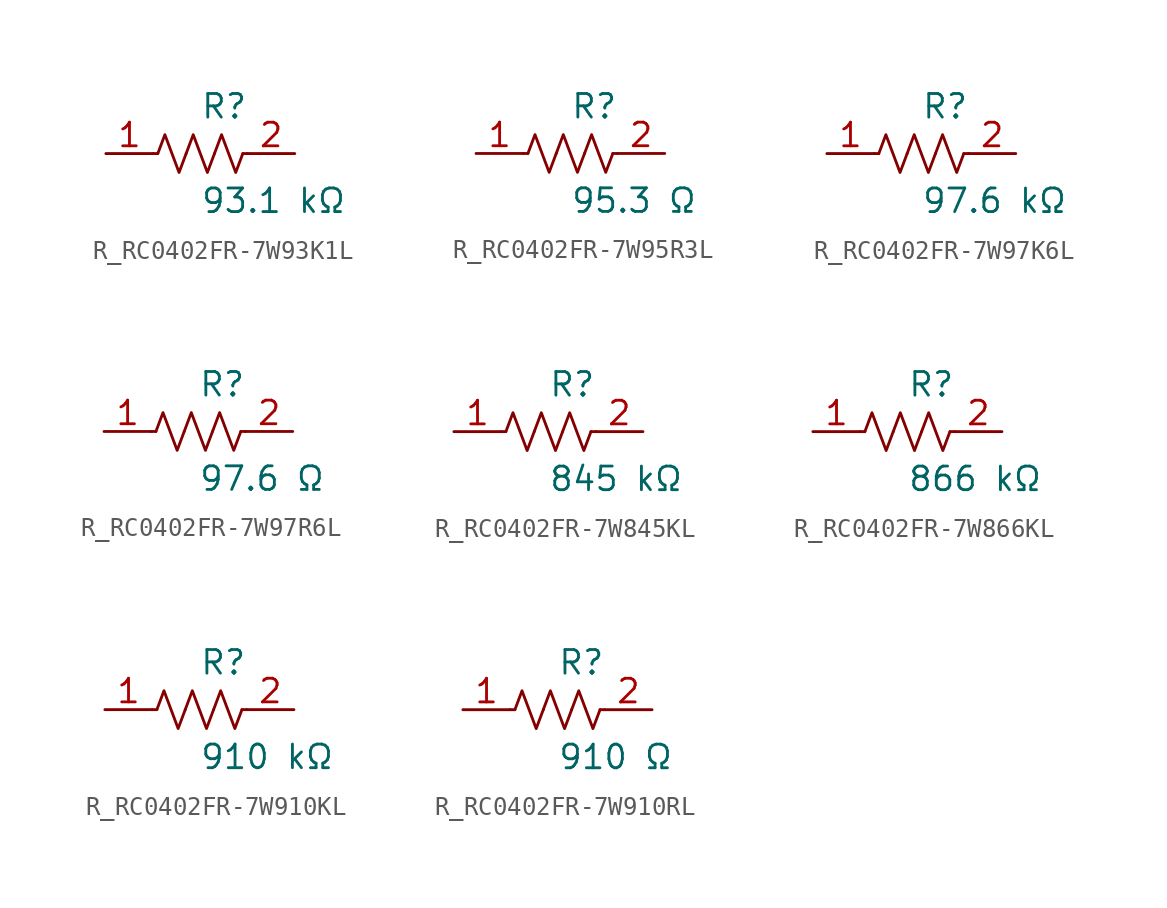
<source format=kicad_sym>
(kicad_symbol_lib
  (version 20231120)
  (generator kicad_symbol_editor)
  (generator_version 8.0)
  (symbol "R_RC0402FR-7W93K1L"
    (pin_names
      (offset 0.254))
    (property "Reference" "R"
      (at 0 2.54 0)
      (effects (font (size 1.27 1.27)) (justify left)))
    (property "Value" "93.1 kΩ"
      (at 0 -2.54 0)
      (effects (font (size 1.27 1.27)) (justify left)))
    (symbol "R_RC0402FR-7W93K1L_0_1"
      (polyline (pts (xy 2.286 0) (xy 2.54 0)) (stroke (width 0) (type default)) (fill (type none)))
      (polyline (pts (xy -2.286 0) (xy -2.54 0)) (stroke (width 0) (type default)) (fill (type none)))
      (polyline (pts (xy 0.762 0) (xy 1.143 1.016) (xy 1.524 0) (xy 1.905 -1.016) (xy 2.286 0)) (stroke (width 0) (type default)) (fill (type none)))
      (polyline (pts (xy -0.762 0) (xy -0.381 1.016) (xy 0 0) (xy 0.381 -1.016) (xy 0.762 0)) (stroke (width 0) (type default)) (fill (type none)))
      (polyline (pts (xy -2.286 0) (xy -1.905 1.016) (xy -1.524 0) (xy -1.143 -1.016) (xy -0.762 0)) (stroke (width 0) (type default)) (fill (type none))))
    (pin passive line
      (at -5.08 0 0)
      (length 2.54)
      (name "" (effects (font (size 1.27 1.27))))
      (number "1" (effects (font (size 1.27 1.27)))))
    (pin passive line
      (at 5.08 0 180)
      (length 2.54)
      (name "" (effects (font (size 1.27 1.27))))
      (number "2" (effects (font (size 1.27 1.27))))))
  (symbol "R_RC0402FR-7W95R3L"
    (pin_names
      (offset 0.254))
    (property "Reference" "R"
      (at 0 2.54 0)
      (effects (font (size 1.27 1.27)) (justify left)))
    (property "Value" "95.3 Ω"
      (at 0 -2.54 0)
      (effects (font (size 1.27 1.27)) (justify left)))
    (symbol "R_RC0402FR-7W95R3L_0_1"
      (polyline (pts (xy 2.286 0) (xy 2.54 0)) (stroke (width 0) (type default)) (fill (type none)))
      (polyline (pts (xy -2.286 0) (xy -2.54 0)) (stroke (width 0) (type default)) (fill (type none)))
      (polyline (pts (xy 0.762 0) (xy 1.143 1.016) (xy 1.524 0) (xy 1.905 -1.016) (xy 2.286 0)) (stroke (width 0) (type default)) (fill (type none)))
      (polyline (pts (xy -0.762 0) (xy -0.381 1.016) (xy 0 0) (xy 0.381 -1.016) (xy 0.762 0)) (stroke (width 0) (type default)) (fill (type none)))
      (polyline (pts (xy -2.286 0) (xy -1.905 1.016) (xy -1.524 0) (xy -1.143 -1.016) (xy -0.762 0)) (stroke (width 0) (type default)) (fill (type none))))
    (pin passive line
      (at -5.08 0 0)
      (length 2.54)
      (name "" (effects (font (size 1.27 1.27))))
      (number "1" (effects (font (size 1.27 1.27)))))
    (pin passive line
      (at 5.08 0 180)
      (length 2.54)
      (name "" (effects (font (size 1.27 1.27))))
      (number "2" (effects (font (size 1.27 1.27))))))
  (symbol "R_RC0402FR-7W97K6L"
    (pin_names
      (offset 0.254))
    (property "Reference" "R"
      (at 0 2.54 0)
      (effects (font (size 1.27 1.27)) (justify left)))
    (property "Value" "97.6 kΩ"
      (at 0 -2.54 0)
      (effects (font (size 1.27 1.27)) (justify left)))
    (symbol "R_RC0402FR-7W97K6L_0_1"
      (polyline (pts (xy 2.286 0) (xy 2.54 0)) (stroke (width 0) (type default)) (fill (type none)))
      (polyline (pts (xy -2.286 0) (xy -2.54 0)) (stroke (width 0) (type default)) (fill (type none)))
      (polyline (pts (xy 0.762 0) (xy 1.143 1.016) (xy 1.524 0) (xy 1.905 -1.016) (xy 2.286 0)) (stroke (width 0) (type default)) (fill (type none)))
      (polyline (pts (xy -0.762 0) (xy -0.381 1.016) (xy 0 0) (xy 0.381 -1.016) (xy 0.762 0)) (stroke (width 0) (type default)) (fill (type none)))
      (polyline (pts (xy -2.286 0) (xy -1.905 1.016) (xy -1.524 0) (xy -1.143 -1.016) (xy -0.762 0)) (stroke (width 0) (type default)) (fill (type none))))
    (pin passive line
      (at -5.08 0 0)
      (length 2.54)
      (name "" (effects (font (size 1.27 1.27))))
      (number "1" (effects (font (size 1.27 1.27)))))
    (pin passive line
      (at 5.08 0 180)
      (length 2.54)
      (name "" (effects (font (size 1.27 1.27))))
      (number "2" (effects (font (size 1.27 1.27))))))
  (symbol "R_RC0402FR-7W97R6L"
    (pin_names
      (offset 0.254))
    (property "Reference" "R"
      (at 0 2.54 0)
      (effects (font (size 1.27 1.27)) (justify left)))
    (property "Value" "97.6 Ω"
      (at 0 -2.54 0)
      (effects (font (size 1.27 1.27)) (justify left)))
    (symbol "R_RC0402FR-7W97R6L_0_1"
      (polyline (pts (xy 2.286 0) (xy 2.54 0)) (stroke (width 0) (type default)) (fill (type none)))
      (polyline (pts (xy -2.286 0) (xy -2.54 0)) (stroke (width 0) (type default)) (fill (type none)))
      (polyline (pts (xy 0.762 0) (xy 1.143 1.016) (xy 1.524 0) (xy 1.905 -1.016) (xy 2.286 0)) (stroke (width 0) (type default)) (fill (type none)))
      (polyline (pts (xy -0.762 0) (xy -0.381 1.016) (xy 0 0) (xy 0.381 -1.016) (xy 0.762 0)) (stroke (width 0) (type default)) (fill (type none)))
      (polyline (pts (xy -2.286 0) (xy -1.905 1.016) (xy -1.524 0) (xy -1.143 -1.016) (xy -0.762 0)) (stroke (width 0) (type default)) (fill (type none))))
    (pin passive line
      (at -5.08 0 0)
      (length 2.54)
      (name "" (effects (font (size 1.27 1.27))))
      (number "1" (effects (font (size 1.27 1.27)))))
    (pin passive line
      (at 5.08 0 180)
      (length 2.54)
      (name "" (effects (font (size 1.27 1.27))))
      (number "2" (effects (font (size 1.27 1.27))))))
  (symbol "R_RC0402FR-7W845KL"
    (pin_names
      (offset 0.254))
    (property "Reference" "R"
      (at 0 2.54 0)
      (effects (font (size 1.27 1.27)) (justify left)))
    (property "Value" "845 kΩ"
      (at 0 -2.54 0)
      (effects (font (size 1.27 1.27)) (justify left)))
    (symbol "R_RC0402FR-7W845KL_0_1"
      (polyline (pts (xy 2.286 0) (xy 2.54 0)) (stroke (width 0) (type default)) (fill (type none)))
      (polyline (pts (xy -2.286 0) (xy -2.54 0)) (stroke (width 0) (type default)) (fill (type none)))
      (polyline (pts (xy 0.762 0) (xy 1.143 1.016) (xy 1.524 0) (xy 1.905 -1.016) (xy 2.286 0)) (stroke (width 0) (type default)) (fill (type none)))
      (polyline (pts (xy -0.762 0) (xy -0.381 1.016) (xy 0 0) (xy 0.381 -1.016) (xy 0.762 0)) (stroke (width 0) (type default)) (fill (type none)))
      (polyline (pts (xy -2.286 0) (xy -1.905 1.016) (xy -1.524 0) (xy -1.143 -1.016) (xy -0.762 0)) (stroke (width 0) (type default)) (fill (type none))))
    (pin passive line
      (at -5.08 0 0)
      (length 2.54)
      (name "" (effects (font (size 1.27 1.27))))
      (number "1" (effects (font (size 1.27 1.27)))))
    (pin passive line
      (at 5.08 0 180)
      (length 2.54)
      (name "" (effects (font (size 1.27 1.27))))
      (number "2" (effects (font (size 1.27 1.27))))))
  (symbol "R_RC0402FR-7W866KL"
    (pin_names
      (offset 0.254))
    (property "Reference" "R"
      (at 0 2.54 0)
      (effects (font (size 1.27 1.27)) (justify left)))
    (property "Value" "866 kΩ"
      (at 0 -2.54 0)
      (effects (font (size 1.27 1.27)) (justify left)))
    (symbol "R_RC0402FR-7W866KL_0_1"
      (polyline (pts (xy 2.286 0) (xy 2.54 0)) (stroke (width 0) (type default)) (fill (type none)))
      (polyline (pts (xy -2.286 0) (xy -2.54 0)) (stroke (width 0) (type default)) (fill (type none)))
      (polyline (pts (xy 0.762 0) (xy 1.143 1.016) (xy 1.524 0) (xy 1.905 -1.016) (xy 2.286 0)) (stroke (width 0) (type default)) (fill (type none)))
      (polyline (pts (xy -0.762 0) (xy -0.381 1.016) (xy 0 0) (xy 0.381 -1.016) (xy 0.762 0)) (stroke (width 0) (type default)) (fill (type none)))
      (polyline (pts (xy -2.286 0) (xy -1.905 1.016) (xy -1.524 0) (xy -1.143 -1.016) (xy -0.762 0)) (stroke (width 0) (type default)) (fill (type none))))
    (pin passive line
      (at -5.08 0 0)
      (length 2.54)
      (name "" (effects (font (size 1.27 1.27))))
      (number "1" (effects (font (size 1.27 1.27)))))
    (pin passive line
      (at 5.08 0 180)
      (length 2.54)
      (name "" (effects (font (size 1.27 1.27))))
      (number "2" (effects (font (size 1.27 1.27))))))
  (symbol "R_RC0402FR-7W910KL"
    (pin_names
      (offset 0.254))
    (property "Reference" "R"
      (at 0 2.54 0)
      (effects (font (size 1.27 1.27)) (justify left)))
    (property "Value" "910 kΩ"
      (at 0 -2.54 0)
      (effects (font (size 1.27 1.27)) (justify left)))
    (symbol "R_RC0402FR-7W910KL_0_1"
      (polyline (pts (xy 2.286 0) (xy 2.54 0)) (stroke (width 0) (type default)) (fill (type none)))
      (polyline (pts (xy -2.286 0) (xy -2.54 0)) (stroke (width 0) (type default)) (fill (type none)))
      (polyline (pts (xy 0.762 0) (xy 1.143 1.016) (xy 1.524 0) (xy 1.905 -1.016) (xy 2.286 0)) (stroke (width 0) (type default)) (fill (type none)))
      (polyline (pts (xy -0.762 0) (xy -0.381 1.016) (xy 0 0) (xy 0.381 -1.016) (xy 0.762 0)) (stroke (width 0) (type default)) (fill (type none)))
      (polyline (pts (xy -2.286 0) (xy -1.905 1.016) (xy -1.524 0) (xy -1.143 -1.016) (xy -0.762 0)) (stroke (width 0) (type default)) (fill (type none))))
    (pin passive line
      (at -5.08 0 0)
      (length 2.54)
      (name "" (effects (font (size 1.27 1.27))))
      (number "1" (effects (font (size 1.27 1.27)))))
    (pin passive line
      (at 5.08 0 180)
      (length 2.54)
      (name "" (effects (font (size 1.27 1.27))))
      (number "2" (effects (font (size 1.27 1.27))))))
  (symbol "R_RC0402FR-7W910RL"
    (pin_names
      (offset 0.254))
    (property "Reference" "R"
      (at 0 2.54 0)
      (effects (font (size 1.27 1.27)) (justify left)))
    (property "Value" "910 Ω"
      (at 0 -2.54 0)
      (effects (font (size 1.27 1.27)) (justify left)))
    (symbol "R_RC0402FR-7W910RL_0_1"
      (polyline (pts (xy 2.286 0) (xy 2.54 0)) (stroke (width 0) (type default)) (fill (type none)))
      (polyline (pts (xy -2.286 0) (xy -2.54 0)) (stroke (width 0) (type default)) (fill (type none)))
      (polyline (pts (xy 0.762 0) (xy 1.143 1.016) (xy 1.524 0) (xy 1.905 -1.016) (xy 2.286 0)) (stroke (width 0) (type default)) (fill (type none)))
      (polyline (pts (xy -0.762 0) (xy -0.381 1.016) (xy 0 0) (xy 0.381 -1.016) (xy 0.762 0)) (stroke (width 0) (type default)) (fill (type none)))
      (polyline (pts (xy -2.286 0) (xy -1.905 1.016) (xy -1.524 0) (xy -1.143 -1.016) (xy -0.762 0)) (stroke (width 0) (type default)) (fill (type none))))
    (pin passive line
      (at -5.08 0 0)
      (length 2.54)
      (name "" (effects (font (size 1.27 1.27))))
      (number "1" (effects (font (size 1.27 1.27)))))
    (pin passive line
      (at 5.08 0 180)
      (length 2.54)
      (name "" (effects (font (size 1.27 1.27))))
      (number "2" (effects (font (size 1.27 1.27)))))))
</source>
